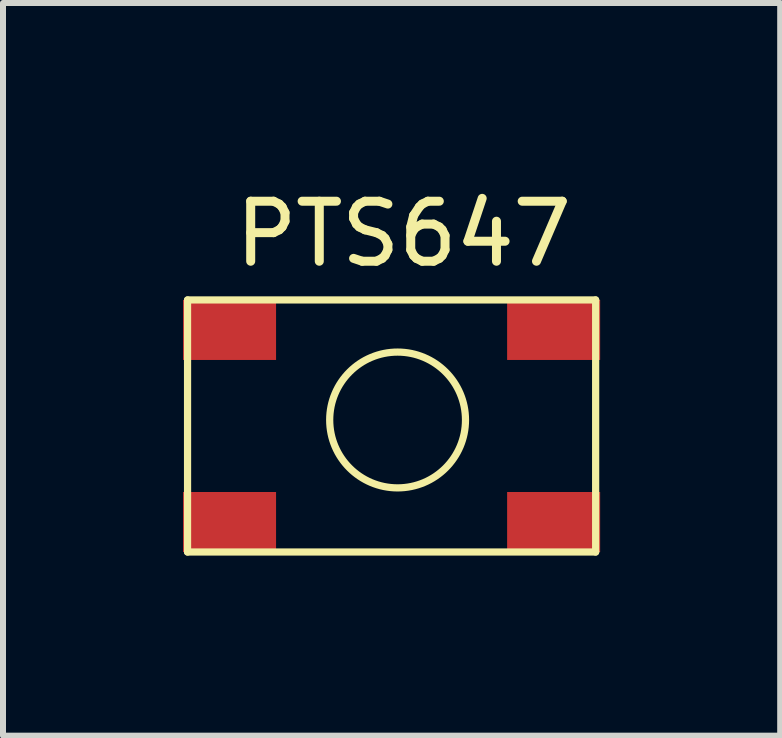
<source format=kicad_pcb>
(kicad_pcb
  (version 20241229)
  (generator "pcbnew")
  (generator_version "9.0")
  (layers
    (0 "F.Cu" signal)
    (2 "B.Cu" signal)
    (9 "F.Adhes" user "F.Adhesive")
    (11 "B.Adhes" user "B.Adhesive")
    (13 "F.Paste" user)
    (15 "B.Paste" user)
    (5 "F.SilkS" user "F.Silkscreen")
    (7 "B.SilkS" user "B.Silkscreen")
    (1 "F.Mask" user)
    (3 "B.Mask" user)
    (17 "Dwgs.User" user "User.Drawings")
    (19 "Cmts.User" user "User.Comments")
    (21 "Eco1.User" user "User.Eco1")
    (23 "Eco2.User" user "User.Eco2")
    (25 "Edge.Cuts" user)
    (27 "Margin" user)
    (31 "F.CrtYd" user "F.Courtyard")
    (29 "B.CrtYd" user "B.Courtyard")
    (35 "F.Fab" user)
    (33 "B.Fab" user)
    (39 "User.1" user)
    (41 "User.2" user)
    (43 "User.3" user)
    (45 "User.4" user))
  (footprint "PTS647"
    (layer "F.Cu")
    (at 3.675 0.348)
    (property "Reference" "PTS647" (at 0 0.5 0) (layer "F.SilkS") (effects (font (size 1 1) (thickness 0.15))))
    (attr through_hole)
    (fp_line (start -3.6 1.6) (end -3.6 5.8) (stroke (width 0.12) (type solid)) (layer "F.SilkS"))
    (fp_line (start -3.6 5.8) (end 3.2 5.8) (stroke (width 0.12) (type solid)) (layer "F.SilkS"))
    (fp_line (start 3.2 1.6) (end -3.6 1.6) (stroke (width 0.12) (type solid)) (layer "F.SilkS"))
    (fp_line (start 3.2 5.8) (end 3.2 1.6) (stroke (width 0.12) (type solid)) (layer "F.SilkS"))
    (fp_circle (center -0.1 3.6) (end 0.7 4.4) (stroke (width 0.12) (type solid)) (fill no) (layer "F.SilkS"))
    (pad "1" smd rect (at -2.9 2.1) (size 1.55 1) (layers "F.Cu" "F.Mask" "F.Paste"))
    (pad "1" smd rect (at -2.9 5.3) (size 1.55 1) (layers "F.Cu" "F.Mask" "F.Paste"))
    (pad "2" smd rect (at 2.5 2.1) (size 1.55 1) (layers "F.Cu" "F.Mask" "F.Paste"))
    (pad "2" smd rect (at 2.5 5.3) (size 1.55 1) (layers "F.Cu" "F.Mask" "F.Paste")))
  (gr_rect
    (start -3 -3)
    (end 9.95 9.208)
    (stroke (width 0.1) (type default))
    (fill no)
    (layer "Edge.Cuts")))
</source>
